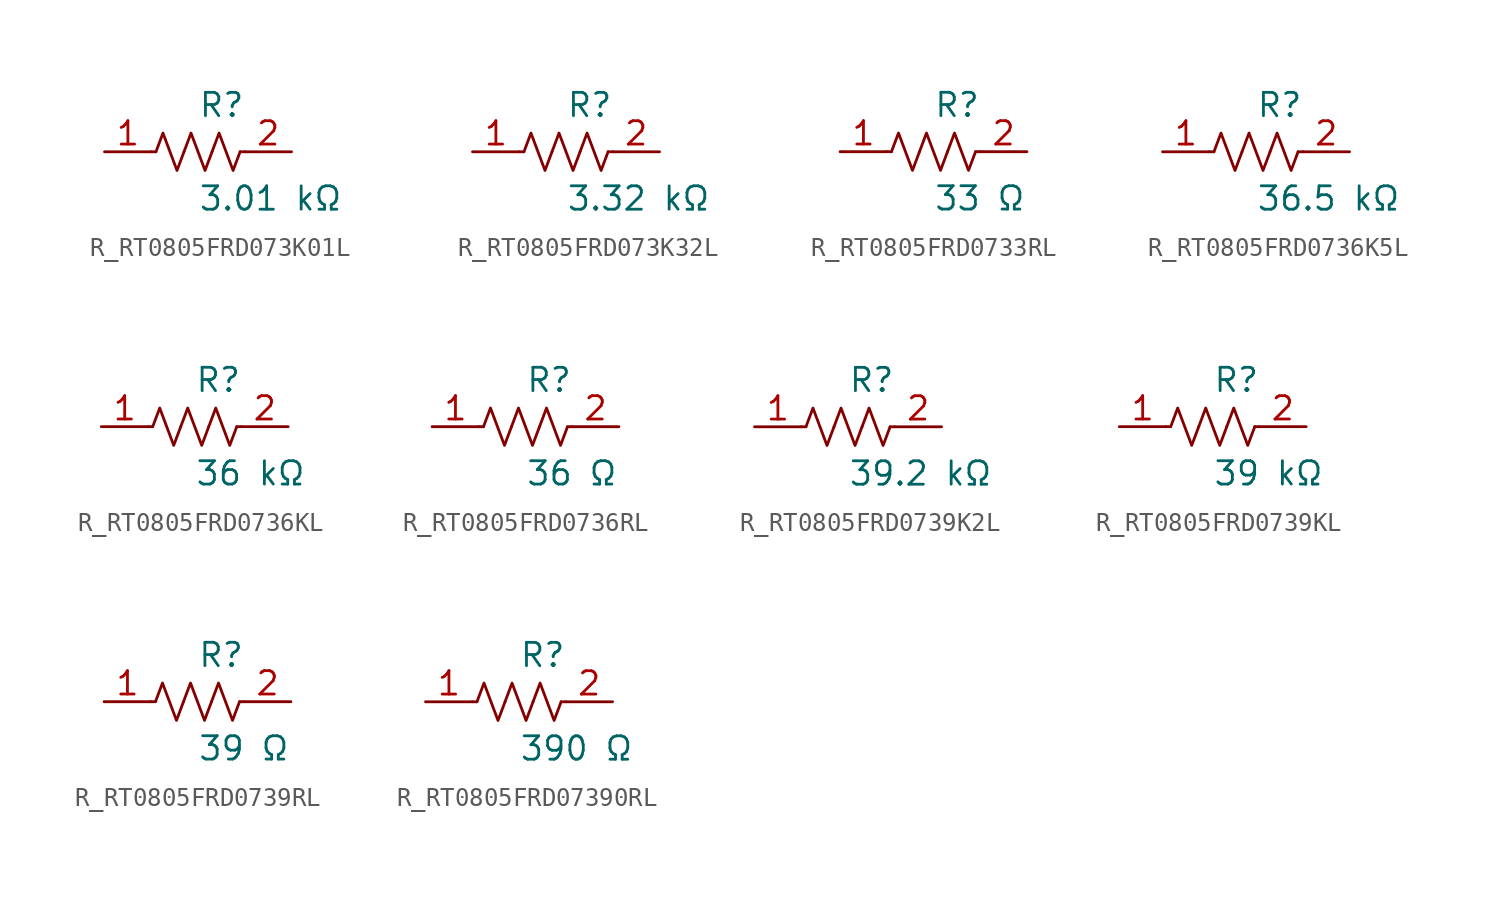
<source format=kicad_sym>
(kicad_symbol_lib
  (version 20231120)
  (generator kicad_symbol_editor)
  (generator_version 8.0)
  (symbol "R_RT0805FRD073K01L"
    (pin_names
      (offset 0.254))
    (property "Reference" "R"
      (at 0 2.54 0)
      (effects (font (size 1.27 1.27)) (justify left)))
    (property "Value" "3.01 kΩ"
      (at 0 -2.54 0)
      (effects (font (size 1.27 1.27)) (justify left)))
    (symbol "R_RT0805FRD073K01L_0_1"
      (polyline (pts (xy 2.286 0) (xy 2.54 0)) (stroke (width 0) (type default)) (fill (type none)))
      (polyline (pts (xy -2.286 0) (xy -2.54 0)) (stroke (width 0) (type default)) (fill (type none)))
      (polyline (pts (xy 0.762 0) (xy 1.143 1.016) (xy 1.524 0) (xy 1.905 -1.016) (xy 2.286 0)) (stroke (width 0) (type default)) (fill (type none)))
      (polyline (pts (xy -0.762 0) (xy -0.381 1.016) (xy 0 0) (xy 0.381 -1.016) (xy 0.762 0)) (stroke (width 0) (type default)) (fill (type none)))
      (polyline (pts (xy -2.286 0) (xy -1.905 1.016) (xy -1.524 0) (xy -1.143 -1.016) (xy -0.762 0)) (stroke (width 0) (type default)) (fill (type none))))
    (pin unspecified line
      (at -5.08 0 0)
      (length 2.54)
      (name "" (effects (font (size 1.27 1.27))))
      (number "1" (effects (font (size 1.27 1.27)))))
    (pin unspecified line
      (at 5.08 0 180)
      (length 2.54)
      (name "" (effects (font (size 1.27 1.27))))
      (number "2" (effects (font (size 1.27 1.27))))))
  (symbol "R_RT0805FRD073K32L"
    (pin_names
      (offset 0.254))
    (property "Reference" "R"
      (at 0 2.54 0)
      (effects (font (size 1.27 1.27)) (justify left)))
    (property "Value" "3.32 kΩ"
      (at 0 -2.54 0)
      (effects (font (size 1.27 1.27)) (justify left)))
    (symbol "R_RT0805FRD073K32L_0_1"
      (polyline (pts (xy 2.286 0) (xy 2.54 0)) (stroke (width 0) (type default)) (fill (type none)))
      (polyline (pts (xy -2.286 0) (xy -2.54 0)) (stroke (width 0) (type default)) (fill (type none)))
      (polyline (pts (xy 0.762 0) (xy 1.143 1.016) (xy 1.524 0) (xy 1.905 -1.016) (xy 2.286 0)) (stroke (width 0) (type default)) (fill (type none)))
      (polyline (pts (xy -0.762 0) (xy -0.381 1.016) (xy 0 0) (xy 0.381 -1.016) (xy 0.762 0)) (stroke (width 0) (type default)) (fill (type none)))
      (polyline (pts (xy -2.286 0) (xy -1.905 1.016) (xy -1.524 0) (xy -1.143 -1.016) (xy -0.762 0)) (stroke (width 0) (type default)) (fill (type none))))
    (pin unspecified line
      (at -5.08 0 0)
      (length 2.54)
      (name "" (effects (font (size 1.27 1.27))))
      (number "1" (effects (font (size 1.27 1.27)))))
    (pin unspecified line
      (at 5.08 0 180)
      (length 2.54)
      (name "" (effects (font (size 1.27 1.27))))
      (number "2" (effects (font (size 1.27 1.27))))))
  (symbol "R_RT0805FRD0733RL"
    (pin_names
      (offset 0.254))
    (property "Reference" "R"
      (at 0 2.54 0)
      (effects (font (size 1.27 1.27)) (justify left)))
    (property "Value" "33 Ω"
      (at 0 -2.54 0)
      (effects (font (size 1.27 1.27)) (justify left)))
    (symbol "R_RT0805FRD0733RL_0_1"
      (polyline (pts (xy 2.286 0) (xy 2.54 0)) (stroke (width 0) (type default)) (fill (type none)))
      (polyline (pts (xy -2.286 0) (xy -2.54 0)) (stroke (width 0) (type default)) (fill (type none)))
      (polyline (pts (xy 0.762 0) (xy 1.143 1.016) (xy 1.524 0) (xy 1.905 -1.016) (xy 2.286 0)) (stroke (width 0) (type default)) (fill (type none)))
      (polyline (pts (xy -0.762 0) (xy -0.381 1.016) (xy 0 0) (xy 0.381 -1.016) (xy 0.762 0)) (stroke (width 0) (type default)) (fill (type none)))
      (polyline (pts (xy -2.286 0) (xy -1.905 1.016) (xy -1.524 0) (xy -1.143 -1.016) (xy -0.762 0)) (stroke (width 0) (type default)) (fill (type none))))
    (pin unspecified line
      (at -5.08 0 0)
      (length 2.54)
      (name "" (effects (font (size 1.27 1.27))))
      (number "1" (effects (font (size 1.27 1.27)))))
    (pin unspecified line
      (at 5.08 0 180)
      (length 2.54)
      (name "" (effects (font (size 1.27 1.27))))
      (number "2" (effects (font (size 1.27 1.27))))))
  (symbol "R_RT0805FRD0736K5L"
    (pin_names
      (offset 0.254))
    (property "Reference" "R"
      (at 0 2.54 0)
      (effects (font (size 1.27 1.27)) (justify left)))
    (property "Value" "36.5 kΩ"
      (at 0 -2.54 0)
      (effects (font (size 1.27 1.27)) (justify left)))
    (symbol "R_RT0805FRD0736K5L_0_1"
      (polyline (pts (xy 2.286 0) (xy 2.54 0)) (stroke (width 0) (type default)) (fill (type none)))
      (polyline (pts (xy -2.286 0) (xy -2.54 0)) (stroke (width 0) (type default)) (fill (type none)))
      (polyline (pts (xy 0.762 0) (xy 1.143 1.016) (xy 1.524 0) (xy 1.905 -1.016) (xy 2.286 0)) (stroke (width 0) (type default)) (fill (type none)))
      (polyline (pts (xy -0.762 0) (xy -0.381 1.016) (xy 0 0) (xy 0.381 -1.016) (xy 0.762 0)) (stroke (width 0) (type default)) (fill (type none)))
      (polyline (pts (xy -2.286 0) (xy -1.905 1.016) (xy -1.524 0) (xy -1.143 -1.016) (xy -0.762 0)) (stroke (width 0) (type default)) (fill (type none))))
    (pin unspecified line
      (at -5.08 0 0)
      (length 2.54)
      (name "" (effects (font (size 1.27 1.27))))
      (number "1" (effects (font (size 1.27 1.27)))))
    (pin unspecified line
      (at 5.08 0 180)
      (length 2.54)
      (name "" (effects (font (size 1.27 1.27))))
      (number "2" (effects (font (size 1.27 1.27))))))
  (symbol "R_RT0805FRD0736KL"
    (pin_names
      (offset 0.254))
    (property "Reference" "R"
      (at 0 2.54 0)
      (effects (font (size 1.27 1.27)) (justify left)))
    (property "Value" "36 kΩ"
      (at 0 -2.54 0)
      (effects (font (size 1.27 1.27)) (justify left)))
    (symbol "R_RT0805FRD0736KL_0_1"
      (polyline (pts (xy 2.286 0) (xy 2.54 0)) (stroke (width 0) (type default)) (fill (type none)))
      (polyline (pts (xy -2.286 0) (xy -2.54 0)) (stroke (width 0) (type default)) (fill (type none)))
      (polyline (pts (xy 0.762 0) (xy 1.143 1.016) (xy 1.524 0) (xy 1.905 -1.016) (xy 2.286 0)) (stroke (width 0) (type default)) (fill (type none)))
      (polyline (pts (xy -0.762 0) (xy -0.381 1.016) (xy 0 0) (xy 0.381 -1.016) (xy 0.762 0)) (stroke (width 0) (type default)) (fill (type none)))
      (polyline (pts (xy -2.286 0) (xy -1.905 1.016) (xy -1.524 0) (xy -1.143 -1.016) (xy -0.762 0)) (stroke (width 0) (type default)) (fill (type none))))
    (pin unspecified line
      (at -5.08 0 0)
      (length 2.54)
      (name "" (effects (font (size 1.27 1.27))))
      (number "1" (effects (font (size 1.27 1.27)))))
    (pin unspecified line
      (at 5.08 0 180)
      (length 2.54)
      (name "" (effects (font (size 1.27 1.27))))
      (number "2" (effects (font (size 1.27 1.27))))))
  (symbol "R_RT0805FRD0736RL"
    (pin_names
      (offset 0.254))
    (property "Reference" "R"
      (at 0 2.54 0)
      (effects (font (size 1.27 1.27)) (justify left)))
    (property "Value" "36 Ω"
      (at 0 -2.54 0)
      (effects (font (size 1.27 1.27)) (justify left)))
    (symbol "R_RT0805FRD0736RL_0_1"
      (polyline (pts (xy 2.286 0) (xy 2.54 0)) (stroke (width 0) (type default)) (fill (type none)))
      (polyline (pts (xy -2.286 0) (xy -2.54 0)) (stroke (width 0) (type default)) (fill (type none)))
      (polyline (pts (xy 0.762 0) (xy 1.143 1.016) (xy 1.524 0) (xy 1.905 -1.016) (xy 2.286 0)) (stroke (width 0) (type default)) (fill (type none)))
      (polyline (pts (xy -0.762 0) (xy -0.381 1.016) (xy 0 0) (xy 0.381 -1.016) (xy 0.762 0)) (stroke (width 0) (type default)) (fill (type none)))
      (polyline (pts (xy -2.286 0) (xy -1.905 1.016) (xy -1.524 0) (xy -1.143 -1.016) (xy -0.762 0)) (stroke (width 0) (type default)) (fill (type none))))
    (pin unspecified line
      (at -5.08 0 0)
      (length 2.54)
      (name "" (effects (font (size 1.27 1.27))))
      (number "1" (effects (font (size 1.27 1.27)))))
    (pin unspecified line
      (at 5.08 0 180)
      (length 2.54)
      (name "" (effects (font (size 1.27 1.27))))
      (number "2" (effects (font (size 1.27 1.27))))))
  (symbol "R_RT0805FRD0739K2L"
    (pin_names
      (offset 0.254))
    (property "Reference" "R"
      (at 0 2.54 0)
      (effects (font (size 1.27 1.27)) (justify left)))
    (property "Value" "39.2 kΩ"
      (at 0 -2.54 0)
      (effects (font (size 1.27 1.27)) (justify left)))
    (symbol "R_RT0805FRD0739K2L_0_1"
      (polyline (pts (xy 2.286 0) (xy 2.54 0)) (stroke (width 0) (type default)) (fill (type none)))
      (polyline (pts (xy -2.286 0) (xy -2.54 0)) (stroke (width 0) (type default)) (fill (type none)))
      (polyline (pts (xy 0.762 0) (xy 1.143 1.016) (xy 1.524 0) (xy 1.905 -1.016) (xy 2.286 0)) (stroke (width 0) (type default)) (fill (type none)))
      (polyline (pts (xy -0.762 0) (xy -0.381 1.016) (xy 0 0) (xy 0.381 -1.016) (xy 0.762 0)) (stroke (width 0) (type default)) (fill (type none)))
      (polyline (pts (xy -2.286 0) (xy -1.905 1.016) (xy -1.524 0) (xy -1.143 -1.016) (xy -0.762 0)) (stroke (width 0) (type default)) (fill (type none))))
    (pin unspecified line
      (at -5.08 0 0)
      (length 2.54)
      (name "" (effects (font (size 1.27 1.27))))
      (number "1" (effects (font (size 1.27 1.27)))))
    (pin unspecified line
      (at 5.08 0 180)
      (length 2.54)
      (name "" (effects (font (size 1.27 1.27))))
      (number "2" (effects (font (size 1.27 1.27))))))
  (symbol "R_RT0805FRD0739KL"
    (pin_names
      (offset 0.254))
    (property "Reference" "R"
      (at 0 2.54 0)
      (effects (font (size 1.27 1.27)) (justify left)))
    (property "Value" "39 kΩ"
      (at 0 -2.54 0)
      (effects (font (size 1.27 1.27)) (justify left)))
    (symbol "R_RT0805FRD0739KL_0_1"
      (polyline (pts (xy 2.286 0) (xy 2.54 0)) (stroke (width 0) (type default)) (fill (type none)))
      (polyline (pts (xy -2.286 0) (xy -2.54 0)) (stroke (width 0) (type default)) (fill (type none)))
      (polyline (pts (xy 0.762 0) (xy 1.143 1.016) (xy 1.524 0) (xy 1.905 -1.016) (xy 2.286 0)) (stroke (width 0) (type default)) (fill (type none)))
      (polyline (pts (xy -0.762 0) (xy -0.381 1.016) (xy 0 0) (xy 0.381 -1.016) (xy 0.762 0)) (stroke (width 0) (type default)) (fill (type none)))
      (polyline (pts (xy -2.286 0) (xy -1.905 1.016) (xy -1.524 0) (xy -1.143 -1.016) (xy -0.762 0)) (stroke (width 0) (type default)) (fill (type none))))
    (pin unspecified line
      (at -5.08 0 0)
      (length 2.54)
      (name "" (effects (font (size 1.27 1.27))))
      (number "1" (effects (font (size 1.27 1.27)))))
    (pin unspecified line
      (at 5.08 0 180)
      (length 2.54)
      (name "" (effects (font (size 1.27 1.27))))
      (number "2" (effects (font (size 1.27 1.27))))))
  (symbol "R_RT0805FRD0739RL"
    (pin_names
      (offset 0.254))
    (property "Reference" "R"
      (at 0 2.54 0)
      (effects (font (size 1.27 1.27)) (justify left)))
    (property "Value" "39 Ω"
      (at 0 -2.54 0)
      (effects (font (size 1.27 1.27)) (justify left)))
    (symbol "R_RT0805FRD0739RL_0_1"
      (polyline (pts (xy 2.286 0) (xy 2.54 0)) (stroke (width 0) (type default)) (fill (type none)))
      (polyline (pts (xy -2.286 0) (xy -2.54 0)) (stroke (width 0) (type default)) (fill (type none)))
      (polyline (pts (xy 0.762 0) (xy 1.143 1.016) (xy 1.524 0) (xy 1.905 -1.016) (xy 2.286 0)) (stroke (width 0) (type default)) (fill (type none)))
      (polyline (pts (xy -0.762 0) (xy -0.381 1.016) (xy 0 0) (xy 0.381 -1.016) (xy 0.762 0)) (stroke (width 0) (type default)) (fill (type none)))
      (polyline (pts (xy -2.286 0) (xy -1.905 1.016) (xy -1.524 0) (xy -1.143 -1.016) (xy -0.762 0)) (stroke (width 0) (type default)) (fill (type none))))
    (pin unspecified line
      (at -5.08 0 0)
      (length 2.54)
      (name "" (effects (font (size 1.27 1.27))))
      (number "1" (effects (font (size 1.27 1.27)))))
    (pin unspecified line
      (at 5.08 0 180)
      (length 2.54)
      (name "" (effects (font (size 1.27 1.27))))
      (number "2" (effects (font (size 1.27 1.27))))))
  (symbol "R_RT0805FRD07390RL"
    (pin_names
      (offset 0.254))
    (property "Reference" "R"
      (at 0 2.54 0)
      (effects (font (size 1.27 1.27)) (justify left)))
    (property "Value" "390 Ω"
      (at 0 -2.54 0)
      (effects (font (size 1.27 1.27)) (justify left)))
    (symbol "R_RT0805FRD07390RL_0_1"
      (polyline (pts (xy 2.286 0) (xy 2.54 0)) (stroke (width 0) (type default)) (fill (type none)))
      (polyline (pts (xy -2.286 0) (xy -2.54 0)) (stroke (width 0) (type default)) (fill (type none)))
      (polyline (pts (xy 0.762 0) (xy 1.143 1.016) (xy 1.524 0) (xy 1.905 -1.016) (xy 2.286 0)) (stroke (width 0) (type default)) (fill (type none)))
      (polyline (pts (xy -0.762 0) (xy -0.381 1.016) (xy 0 0) (xy 0.381 -1.016) (xy 0.762 0)) (stroke (width 0) (type default)) (fill (type none)))
      (polyline (pts (xy -2.286 0) (xy -1.905 1.016) (xy -1.524 0) (xy -1.143 -1.016) (xy -0.762 0)) (stroke (width 0) (type default)) (fill (type none))))
    (pin unspecified line
      (at -5.08 0 0)
      (length 2.54)
      (name "" (effects (font (size 1.27 1.27))))
      (number "1" (effects (font (size 1.27 1.27)))))
    (pin unspecified line
      (at 5.08 0 180)
      (length 2.54)
      (name "" (effects (font (size 1.27 1.27))))
      (number "2" (effects (font (size 1.27 1.27)))))))
</source>
